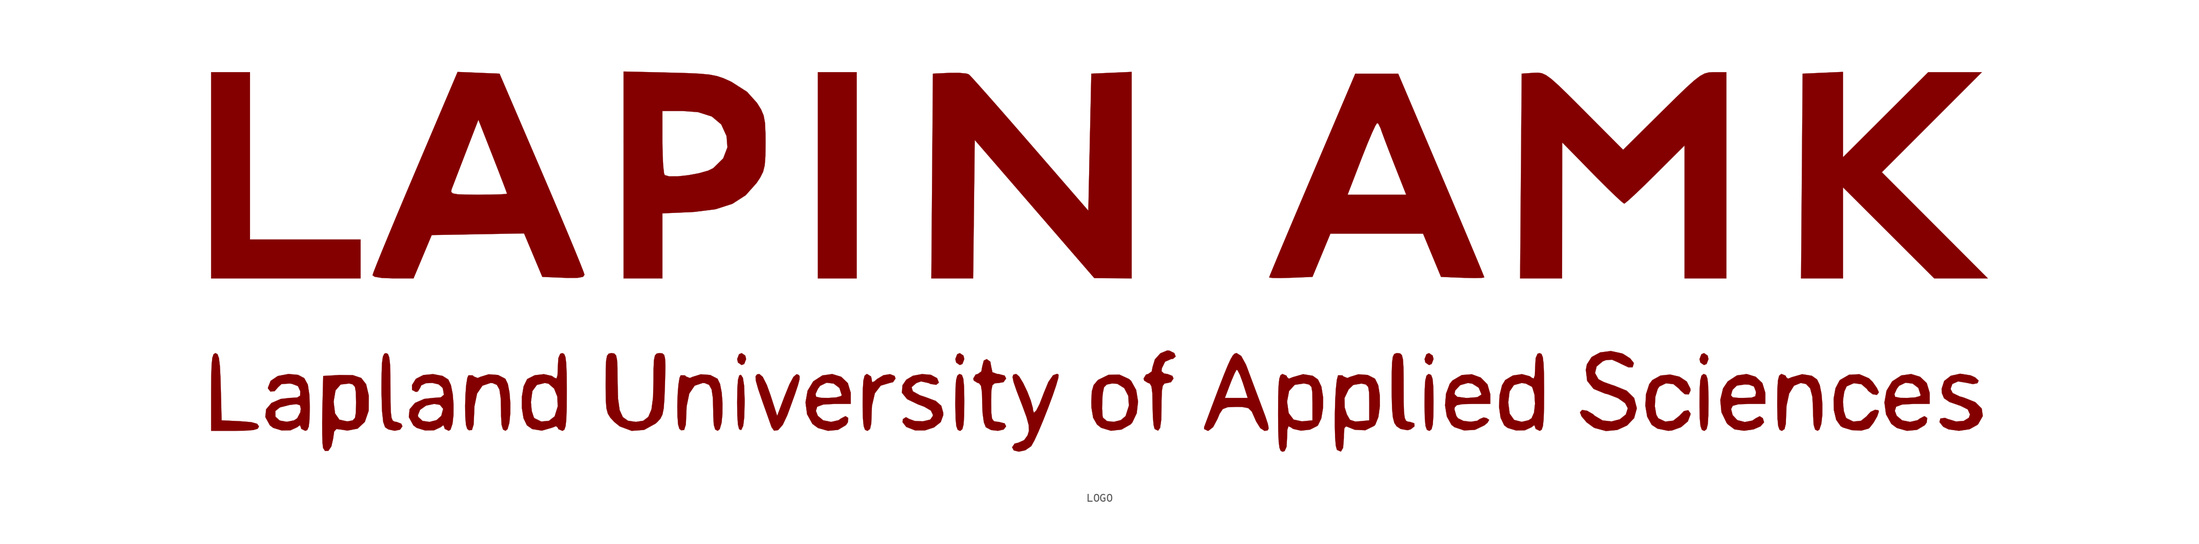
<source format=kicad_sym>
(kicad_symbol_lib
  (version 20220914)
  (generator "bitmap2component")
  (generator_version "8.0")
  (symbol "LOGO"
    (pin_names
      (offset 1.016))
    (property "Reference" "#G"
      (at 0 44.083 0)
      (effects (font (size 1.27 1.27)) hide))
    (symbol "LOGO_0_0"
      (polyline (pts (xy -99.374 -29.946) (xy -99.013 -29.422) (xy -98.806 -28.501) (xy -98.802 -28.46) (xy -98.678 -27.628) (xy -98.403 -27.334) (xy -97.822 -27.405) (xy -97.091 -27.519) (xy -95.868 -27.286) (xy -95.008 -26.481) (xy -94.552 -25.155) (xy -94.542 -23.359) (xy -94.558 -23.225) (xy -94.853 -21.971) (xy -95.439 -21.221) (xy -96.445 -20.883) (xy -98.002 -20.864) (xy -99.99 -20.979) (xy -100.069 -24.12) (xy -98.738 -24.12) (xy -98.737 -24.006) (xy -98.514 -22.707) (xy -97.897 -22.003) (xy -96.879 -21.884) (xy -96.468 -21.988) (xy -96.195 -22.287) (xy -96.079 -22.948) (xy -96.055 -24.148) (xy -96.076 -25.333) (xy -96.185 -25.993) (xy -96.454 -26.29) (xy -96.952 -26.399) (xy -97.133 -26.415) (xy -98.048 -26.215) (xy -98.571 -25.465) (xy -98.738 -24.12) (xy -100.069 -24.12) (xy -100.092 -25.046) (xy -100.115 -26.502) (xy -100.109 -27.977) (xy -100.07 -29.069) (xy -100.002 -29.611) (xy -99.768 -29.964) (xy -99.374 -29.946)) (stroke (width 0.01) (type default)) (fill (type outline)))
      (polyline (pts (xy -15.954 -29.875) (xy -15.266 -29.404) (xy -15.218 -29.344) (xy -14.859 -28.702) (xy -14.366 -27.629) (xy -13.801 -26.279) (xy -13.222 -24.809) (xy -12.689 -23.373) (xy -12.262 -22.127) (xy -12.002 -21.227) (xy -11.967 -20.827) (xy -12.128 -20.721) (xy -12.629 -20.894) (xy -13.185 -21.689) (xy -13.748 -23.048) (xy -13.786 -23.156) (xy -14.243 -24.339) (xy -14.64 -25.113) (xy -14.92 -25.389) (xy -15.025 -25.077) (xy -15.053 -24.801) (xy -15.298 -23.913) (xy -15.715 -22.849) (xy -16.207 -21.825) (xy -16.674 -21.054) (xy -17.019 -20.749) (xy -17.099 -20.751) (xy -17.384 -20.829) (xy -17.477 -21.108) (xy -17.357 -21.704) (xy -17.005 -22.732) (xy -16.4 -24.306) (xy -16.327 -24.491) (xy -15.806 -25.909) (xy -15.546 -26.866) (xy -15.513 -27.535) (xy -15.677 -28.085) (xy -16.094 -28.661) (xy -16.806 -28.977) (xy -17.23 -29.077) (xy -17.53 -29.514) (xy -17.333 -29.892) (xy -16.727 -30.042) (xy -15.954 -29.875)) (stroke (width 0.01) (type default)) (fill (type outline)))
      (polyline (pts (xy 15.097 -29.966) (xy 15.319 -29.456) (xy 15.383 -28.369) (xy 15.417 -27.415) (xy 15.549 -27.005) (xy 15.812 -27.117) (xy 16.097 -27.316) (xy 17.052 -27.529) (xy 18.139 -27.403) (xy 19.022 -26.954) (xy 19.075 -26.902) (xy 19.478 -26.073) (xy 19.683 -24.846) (xy 19.688 -23.484) (xy 19.489 -22.249) (xy 19.084 -21.404) (xy 18.448 -20.957) (xy 17.296 -20.771) (xy 16.075 -21.12) (xy 15.602 -21.307) (xy 15.383 -21.12) (xy 15.322 -20.949) (xy 14.847 -20.749) (xy 14.812 -20.751) (xy 14.599 -20.885) (xy 14.454 -21.311) (xy 14.366 -22.136) (xy 14.322 -23.463) (xy 14.318 -24.061) (xy 15.383 -24.061) (xy 15.383 -24.046) (xy 15.622 -22.783) (xy 16.3 -22.044) (xy 17.368 -21.881) (xy 17.491 -21.895) (xy 18.024 -22.009) (xy 18.301 -22.304) (xy 18.407 -22.957) (xy 18.424 -24.148) (xy 18.424 -26.294) (xy 17.285 -26.405) (xy 17.161 -26.414) (xy 16.163 -26.203) (xy 15.575 -25.426) (xy 15.383 -24.061) (xy 14.318 -24.061) (xy 14.31 -25.4) (xy 14.31 -25.696) (xy 14.326 -27.546) (xy 14.375 -28.8) (xy 14.47 -29.566) (xy 14.623 -29.947) (xy 14.847 -30.051) (xy 15.097 -29.966)) (stroke (width 0.01) (type default)) (fill (type outline)))
      (polyline (pts (xy 22.093 -29.574) (xy 22.18 -28.428) (xy 22.184 -27.94) (xy 22.247 -27.221) (xy 22.45 -27.014) (xy 22.872 -27.176) (xy 23.477 -27.421) (xy 24.742 -27.482) (xy 25.819 -26.954) (xy 25.949 -26.805) (xy 26.308 -25.907) (xy 26.488 -24.648) (xy 26.485 -23.288) (xy 26.294 -22.089) (xy 25.911 -21.311) (xy 25.038 -20.864) (xy 23.91 -20.782) (xy 22.905 -21.094) (xy 22.601 -21.228) (xy 22.14 -21.042) (xy 22.013 -20.91) (xy 21.505 -20.903) (xy 21.478 -20.93) (xy 21.337 -21.461) (xy 21.226 -22.504) (xy 21.161 -23.634) (xy 22.256 -23.634) (xy 22.752 -22.597) (xy 23.305 -22.058) (xy 24.272 -21.892) (xy 24.309 -21.896) (xy 24.82 -22.006) (xy 25.093 -22.3) (xy 25.201 -22.955) (xy 25.221 -24.148) (xy 25.221 -26.294) (xy 24.058 -26.406) (xy 23.531 -26.432) (xy 22.915 -26.232) (xy 22.538 -25.578) (xy 22.28 -24.75) (xy 22.256 -23.634) (xy 21.161 -23.634) (xy 21.146 -23.886) (xy 21.103 -25.433) (xy 21.098 -26.973) (xy 21.134 -28.332) (xy 21.216 -29.336) (xy 21.346 -29.812) (xy 21.371 -29.837) (xy 21.826 -30.039) (xy 22.093 -29.574)) (stroke (width 0.01) (type default)) (fill (type outline)))
      (polyline (pts (xy -109.386 -27.532) (xy -108.358 -27.456) (xy -107.83 -27.295) (xy -107.682 -27.027) (xy -107.682 -27.012) (xy -107.902 -26.703) (xy -108.61 -26.51) (xy -109.918 -26.401) (xy -112.153 -26.294) (xy -112.255 -22.27) (xy -112.287 -21.177) (xy -112.363 -19.732) (xy -112.476 -18.834) (xy -112.643 -18.374) (xy -112.881 -18.245) (xy -112.895 -18.245) (xy -113.11 -18.37) (xy -113.257 -18.794) (xy -113.347 -19.62) (xy -113.393 -20.952) (xy -113.406 -22.896) (xy -113.406 -27.546) (xy -110.544 -27.546) (xy -109.386 -27.532)) (stroke (width 0.01) (type default)) (fill (type outline)))
      (polyline (pts (xy -101.903 -27.46) (xy -101.719 -27.045) (xy -101.626 -26.171) (xy -101.6 -24.71) (xy -101.637 -23.302) (xy -101.833 -22.015) (xy -102.262 -21.237) (xy -102.995 -20.852) (xy -104.104 -20.749) (xy -104.177 -20.75) (xy -105.419 -20.983) (xy -106.284 -21.563) (xy -106.608 -22.385) (xy -106.601 -22.484) (xy -106.307 -22.853) (xy -105.803 -22.8) (xy -105.397 -22.336) (xy -104.987 -21.951) (xy -104.017 -21.889) (xy -103.732 -21.924) (xy -103.011 -22.2) (xy -102.738 -22.806) (xy -102.736 -22.818) (xy -102.75 -23.337) (xy -103.11 -23.562) (xy -104 -23.611) (xy -105.062 -23.727) (xy -106.182 -24.212) (xy -106.827 -24.974) (xy -106.847 -25.18) (xy -105.719 -25.18) (xy -105.169 -24.743) (xy -103.984 -24.446) (xy -103.197 -24.356) (xy -102.772 -24.482) (xy -102.673 -24.924) (xy -102.733 -25.335) (xy -103.103 -26.044) (xy -103.485 -26.296) (xy -104.346 -26.467) (xy -105.186 -26.32) (xy -105.688 -25.877) (xy -105.708 -25.82) (xy -105.719 -25.18) (xy -106.847 -25.18) (xy -106.918 -25.904) (xy -106.374 -26.892) (xy -105.969 -27.199) (xy -104.969 -27.503) (xy -103.9 -27.484) (xy -103.103 -27.117) (xy -102.779 -26.868) (xy -102.673 -27.117) (xy -102.612 -27.316) (xy -102.137 -27.546) (xy -101.903 -27.46)) (stroke (width 0.01) (type default)) (fill (type outline)))
      (polyline (pts (xy -90.794 -27.414) (xy -90.51 -27.01) (xy -90.643 -26.697) (xy -91.225 -26.473) (xy -91.4 -26.464) (xy -91.651 -26.348) (xy -91.809 -26) (xy -91.896 -25.3) (xy -91.933 -24.127) (xy -91.941 -22.359) (xy -91.949 -20.895) (xy -91.992 -19.568) (xy -92.085 -18.759) (xy -92.242 -18.355) (xy -92.477 -18.245) (xy -92.681 -18.322) (xy -92.848 -18.671) (xy -92.95 -19.405) (xy -93 -20.633) (xy -93.014 -22.466) (xy -93.011 -23.154) (xy -92.949 -25.178) (xy -92.806 -26.501) (xy -92.585 -27.117) (xy -92.203 -27.375) (xy -91.455 -27.54) (xy -90.794 -27.414)) (stroke (width 0.01) (type default)) (fill (type outline)))
      (polyline (pts (xy -84.746 -27.397) (xy -84.515 -26.711) (xy -84.397 -25.642) (xy -84.39 -24.384) (xy -84.493 -23.129) (xy -84.704 -22.071) (xy -85.02 -21.404) (xy -85.705 -20.975) (xy -86.837 -20.759) (xy -88.004 -20.869) (xy -88.874 -21.311) (xy -88.925 -21.364) (xy -89.365 -22.073) (xy -89.358 -22.655) (xy -88.9 -22.896) (xy -88.65 -22.833) (xy -88.363 -22.359) (xy -88.265 -22.114) (xy -87.714 -21.853) (xy -86.92 -21.814) (xy -86.162 -21.993) (xy -85.719 -22.388) (xy -85.657 -22.554) (xy -85.542 -23.225) (xy -85.902 -23.535) (xy -86.853 -23.611) (xy -87.892 -23.724) (xy -89.009 -24.209) (xy -89.653 -24.973) (xy -89.722 -25.676) (xy -88.655 -25.676) (xy -88.393 -25.034) (xy -87.678 -24.53) (xy -86.706 -24.327) (xy -86.034 -24.434) (xy -85.635 -24.915) (xy -85.855 -25.75) (xy -86.422 -26.265) (xy -87.273 -26.482) (xy -88.102 -26.36) (xy -88.612 -25.885) (xy -88.655 -25.676) (xy -89.722 -25.676) (xy -89.744 -25.904) (xy -89.202 -26.892) (xy -88.797 -27.199) (xy -87.797 -27.503) (xy -86.728 -27.484) (xy -85.931 -27.117) (xy -85.607 -26.868) (xy -85.501 -27.117) (xy -85.44 -27.316) (xy -84.965 -27.546) (xy -84.746 -27.397)) (stroke (width 0.01) (type default)) (fill (type outline)))
      (polyline (pts (xy -77.924 -27.341) (xy -77.709 -26.597) (xy -77.6 -25.491) (xy -77.594 -24.216) (xy -77.692 -22.966) (xy -77.892 -21.933) (xy -78.193 -21.311) (xy -79.066 -20.864) (xy -80.194 -20.782) (xy -81.199 -21.094) (xy -81.503 -21.228) (xy -81.964 -21.042) (xy -82.091 -20.91) (xy -82.599 -20.903) (xy -82.735 -21.191) (xy -82.873 -22.041) (xy -82.964 -23.235) (xy -83.003 -24.568) (xy -82.986 -25.83) (xy -82.906 -26.812) (xy -82.759 -27.308) (xy -82.544 -27.484) (xy -82.187 -27.453) (xy -81.987 -26.798) (xy -81.924 -25.48) (xy -81.891 -24.626) (xy -81.572 -23.088) (xy -80.928 -22.144) (xy -79.974 -21.823) (xy -79.717 -21.837) (xy -79.207 -22.047) (xy -78.897 -22.605) (xy -78.745 -23.632) (xy -78.704 -25.25) (xy -78.701 -25.735) (xy -78.638 -26.831) (xy -78.47 -27.39) (xy -78.168 -27.546) (xy -77.924 -27.341)) (stroke (width 0.01) (type default)) (fill (type outline)))
      (polyline (pts (xy -71.336 -27.545) (xy -71.123 -27.41) (xy -70.978 -26.984) (xy -70.89 -26.16) (xy -70.846 -24.833) (xy -70.834 -22.896) (xy -70.834 -22.6) (xy -70.85 -20.75) (xy -70.899 -19.495) (xy -70.994 -18.73) (xy -71.147 -18.349) (xy -71.37 -18.245) (xy -71.621 -18.329) (xy -71.842 -18.84) (xy -71.907 -19.926) (xy -71.941 -20.881) (xy -72.073 -21.291) (xy -72.336 -21.179) (xy -72.621 -20.979) (xy -73.575 -20.766) (xy -74.663 -20.893) (xy -75.546 -21.341) (xy -75.599 -21.394) (xy -76.002 -22.223) (xy -76.207 -23.449) (xy -76.209 -24.148) (xy -75.127 -24.148) (xy -75.127 -24.102) (xy -74.951 -22.791) (xy -74.411 -22.053) (xy -73.458 -21.823) (xy -73.026 -21.907) (xy -72.353 -22.491) (xy -71.964 -23.464) (xy -71.919 -24.627) (xy -72.277 -25.781) (xy -72.308 -25.835) (xy -72.983 -26.355) (xy -73.892 -26.436) (xy -74.697 -26.044) (xy -74.782 -25.931) (xy -75.028 -25.181) (xy -75.127 -24.148) (xy -76.209 -24.148) (xy -76.212 -24.812) (xy -76.013 -26.047) (xy -75.608 -26.892) (xy -74.972 -27.339) (xy -73.82 -27.525) (xy -72.599 -27.176) (xy -72.126 -26.988) (xy -71.907 -27.176) (xy -71.846 -27.347) (xy -71.37 -27.546) (xy -71.336 -27.545)) (stroke (width 0.01) (type default)) (fill (type outline)))
      (polyline (pts (xy -61.584 -27.439) (xy -60.211 -26.684) (xy -60.018 -26.515) (xy -59.633 -26.103) (xy -59.385 -25.607) (xy -59.236 -24.868) (xy -59.149 -23.729) (xy -59.085 -22.033) (xy -59.061 -21.249) (xy -59.032 -19.831) (xy -59.062 -18.947) (xy -59.171 -18.473) (xy -59.38 -18.281) (xy -59.711 -18.245) (xy -59.746 -18.245) (xy -60.079 -18.299) (xy -60.288 -18.54) (xy -60.402 -19.099) (xy -60.45 -20.11) (xy -60.459 -21.705) (xy -60.509 -23.573) (xy -60.7 -24.986) (xy -61.075 -25.876) (xy -61.676 -26.34) (xy -62.544 -26.473) (xy -62.61 -26.473) (xy -63.508 -26.342) (xy -64.124 -25.908) (xy -64.504 -25.068) (xy -64.698 -23.722) (xy -64.752 -21.767) (xy -64.752 -21.664) (xy -64.764 -20.085) (xy -64.814 -19.084) (xy -64.931 -18.531) (xy -65.14 -18.295) (xy -65.468 -18.245) (xy -65.514 -18.245) (xy -65.823 -18.31) (xy -66.019 -18.573) (xy -66.127 -19.165) (xy -66.173 -20.214) (xy -66.183 -21.85) (xy -66.183 -22.456) (xy -66.163 -23.906) (xy -66.087 -24.866) (xy -65.916 -25.505) (xy -65.612 -25.994) (xy -65.137 -26.501) (xy -64.489 -27.023) (xy -63.071 -27.55) (xy -61.584 -27.439)) (stroke (width 0.01) (type default)) (fill (type outline)))
      (polyline (pts (xy -52.523 -27.341) (xy -52.309 -26.597) (xy -52.2 -25.491) (xy -52.194 -24.216) (xy -52.292 -22.966) (xy -52.492 -21.933) (xy -52.793 -21.311) (xy -53.666 -20.864) (xy -54.794 -20.782) (xy -55.799 -21.094) (xy -56.103 -21.228) (xy -56.564 -21.042) (xy -56.691 -20.91) (xy -57.199 -20.903) (xy -57.335 -21.191) (xy -57.473 -22.041) (xy -57.564 -23.235) (xy -57.603 -24.568) (xy -57.586 -25.83) (xy -57.506 -26.812) (xy -57.359 -27.308) (xy -57.144 -27.484) (xy -56.787 -27.453) (xy -56.587 -26.798) (xy -56.524 -25.48) (xy -56.491 -24.626) (xy -56.172 -23.088) (xy -55.528 -22.144) (xy -54.574 -21.823) (xy -54.317 -21.837) (xy -53.806 -22.047) (xy -53.497 -22.605) (xy -53.345 -23.632) (xy -53.304 -25.25) (xy -53.301 -25.735) (xy -53.238 -26.831) (xy -53.07 -27.39) (xy -52.768 -27.546) (xy -52.523 -27.341)) (stroke (width 0.01) (type default)) (fill (type outline)))
      (polyline (pts (xy -49.938 -27.427) (xy -49.716 -26.946) (xy -49.589 -25.873) (xy -49.548 -24.148) (xy -49.55 -23.744) (xy -49.607 -22.155) (xy -49.753 -21.207) (xy -49.995 -20.839) (xy -50.191 -20.916) (xy -50.339 -21.427) (xy -50.418 -22.475) (xy -50.442 -24.148) (xy -50.424 -25.657) (xy -50.351 -26.774) (xy -50.212 -27.345) (xy -49.995 -27.457) (xy -49.938 -27.427)) (stroke (width 0.01) (type default)) (fill (type outline)))
      (polyline (pts (xy -45.538 -27.466) (xy -44.98 -26.826) (xy -44.433 -25.668) (xy -44.078 -24.703) (xy -43.515 -23.142) (xy -43.161 -22.086) (xy -42.986 -21.428) (xy -42.958 -21.06) (xy -43.046 -20.872) (xy -43.32 -20.764) (xy -43.708 -21.095) (xy -44.19 -21.994) (xy -44.81 -23.524) (xy -45.65 -25.76) (xy -46.457 -23.254) (xy -46.892 -22.051) (xy -47.379 -21.088) (xy -47.78 -20.749) (xy -48.064 -20.791) (xy -48.242 -21.03) (xy -48.198 -21.584) (xy -47.919 -22.57) (xy -47.391 -24.105) (xy -47.329 -24.28) (xy -46.877 -25.553) (xy -46.52 -26.561) (xy -46.329 -27.099) (xy -46.027 -27.532) (xy -45.538 -27.466)) (stroke (width 0.01) (type default)) (fill (type outline)))
      (polyline (pts (xy -38.364 -27.434) (xy -37.417 -26.866) (xy -37.193 -26.539) (xy -37.144 -26.008) (xy -37.472 -25.786) (xy -38.024 -26.075) (xy -38.298 -26.276) (xy -39.202 -26.48) (xy -40.146 -26.291) (xy -40.787 -25.75) (xy -41.014 -25.161) (xy -40.859 -24.664) (xy -40.143 -24.403) (xy -38.794 -24.327) (xy -36.848 -24.327) (xy -36.848 -23.095) (xy -36.851 -22.971) (xy -37.194 -21.836) (xy -37.99 -21.077) (xy -39.062 -20.751) (xy -40.236 -20.915) (xy -41.336 -21.627) (xy -42.009 -22.74) (xy -42.083 -23.156) (xy -41.065 -23.156) (xy -40.77 -22.515) (xy -40.505 -22.159) (xy -39.734 -21.789) (xy -38.887 -21.896) (xy -38.203 -22.416) (xy -37.921 -23.283) (xy -37.995 -23.381) (xy -38.571 -23.546) (xy -39.531 -23.611) (xy -40.382 -23.597) (xy -40.975 -23.481) (xy -41.065 -23.156) (xy -42.083 -23.156) (xy -42.26 -24.153) (xy -42.071 -25.573) (xy -41.436 -26.718) (xy -40.763 -27.214) (xy -39.573 -27.547) (xy -38.364 -27.434)) (stroke (width 0.01) (type default)) (fill (type outline)))
      (polyline (pts (xy -34.816 -27.542) (xy -34.531 -27.316) (xy -34.385 -26.646) (xy -34.344 -25.4) (xy -34.308 -24.569) (xy -33.96 -23.059) (xy -33.252 -22.135) (xy -32.197 -21.823) (xy -31.78 -21.723) (xy -31.482 -21.286) (xy -31.599 -20.974) (xy -32.147 -20.765) (xy -32.925 -20.89) (xy -33.689 -21.341) (xy -34.017 -21.627) (xy -34.292 -21.734) (xy -34.344 -21.341) (xy -34.419 -21.04) (xy -34.88 -20.749) (xy -34.958 -20.757) (xy -35.187 -20.952) (xy -35.327 -21.503) (xy -35.398 -22.528) (xy -35.417 -24.148) (xy -35.416 -24.641) (xy -35.385 -26.092) (xy -35.298 -26.98) (xy -35.136 -27.425) (xy -34.88 -27.546) (xy -34.816 -27.542)) (stroke (width 0.01) (type default)) (fill (type outline)))
      (polyline (pts (xy -27.962 -27.495) (xy -26.874 -27.14) (xy -26.072 -26.503) (xy -25.763 -25.648) (xy -25.773 -25.387) (xy -26.009 -24.55) (xy -26.67 -23.972) (xy -27.9 -23.51) (xy -28.57 -23.288) (xy -29.415 -22.816) (xy -29.561 -22.327) (xy -28.999 -21.834) (xy -28.439 -21.633) (xy -27.539 -21.826) (xy -27.292 -21.941) (xy -26.616 -22.042) (xy -26.296 -21.782) (xy -26.5 -21.254) (xy -26.505 -21.248) (xy -27.245 -20.847) (xy -28.313 -20.755) (xy -29.402 -20.956) (xy -30.203 -21.435) (xy -30.655 -22.1) (xy -30.722 -22.989) (xy -30.099 -23.759) (xy -28.799 -24.383) (xy -28.062 -24.656) (xy -27.256 -25.125) (xy -27.01 -25.635) (xy -27.017 -25.755) (xy -27.327 -26.203) (xy -28.196 -26.408) (xy -28.23 -26.411) (xy -29.191 -26.369) (xy -29.863 -26.122) (xy -30.233 -25.912) (xy -30.61 -26.152) (xy -30.643 -26.515) (xy -30.216 -27.064) (xy -30.177 -27.091) (xy -29.133 -27.5) (xy -27.962 -27.495)) (stroke (width 0.01) (type default)) (fill (type outline)))
      (polyline (pts (xy -23.712 -27.539) (xy -23.483 -27.343) (xy -23.343 -26.793) (xy -23.273 -25.768) (xy -23.253 -24.148) (xy -23.255 -23.655) (xy -23.285 -22.204) (xy -23.372 -21.316) (xy -23.534 -20.871) (xy -23.79 -20.749) (xy -23.868 -20.757) (xy -24.097 -20.952) (xy -24.237 -21.503) (xy -24.308 -22.528) (xy -24.327 -24.148) (xy -24.326 -24.641) (xy -24.295 -26.092) (xy -24.208 -26.98) (xy -24.046 -27.425) (xy -23.79 -27.546) (xy -23.712 -27.539)) (stroke (width 0.01) (type default)) (fill (type outline)))
      (polyline (pts (xy -18.539 -27.393) (xy -18.245 -27.01) (xy -18.42 -26.66) (xy -19.139 -26.473) (xy -19.285 -26.472) (xy -19.706 -26.398) (xy -19.93 -26.094) (xy -20.018 -25.398) (xy -20.034 -24.148) (xy -20.033 -23.768) (xy -20.005 -22.674) (xy -19.888 -22.093) (xy -19.62 -21.863) (xy -19.139 -21.823) (xy -18.556 -21.718) (xy -18.245 -21.286) (xy -18.42 -20.936) (xy -19.139 -20.749) (xy -19.304 -20.745) (xy -19.886 -20.536) (xy -20.034 -19.855) (xy -20.139 -19.271) (xy -20.57 -18.96) (xy -20.92 -19.136) (xy -21.107 -19.855) (xy -21.212 -20.438) (xy -21.644 -20.749) (xy -21.894 -20.812) (xy -22.18 -21.286) (xy -22.118 -21.536) (xy -21.644 -21.823) (xy -21.493 -21.851) (xy -21.259 -22.16) (xy -21.14 -22.917) (xy -21.107 -24.255) (xy -21.064 -25.419) (xy -20.912 -26.527) (xy -20.678 -27.117) (xy -20.041 -27.456) (xy -19.231 -27.546) (xy -18.539 -27.393)) (stroke (width 0.01) (type default)) (fill (type outline)))
      (polyline (pts (xy -4.434 -27.398) (xy -3.332 -26.769) (xy -3.146 -26.566) (xy -2.611 -25.437) (xy -2.454 -24.044) (xy -2.677 -22.665) (xy -3.282 -21.577) (xy -3.524 -21.353) (xy -4.683 -20.82) (xy -5.992 -20.844) (xy -7.205 -21.433) (xy -7.307 -21.519) (xy -7.772 -22.075) (xy -7.993 -22.845) (xy -8.049 -24.079) (xy -8.03 -24.79) (xy -8.016 -24.873) (xy -6.758 -24.873) (xy -6.729 -23.745) (xy -6.678 -23.072) (xy -6.53 -22.34) (xy -6.2 -22.01) (xy -5.563 -21.881) (xy -4.931 -21.923) (xy -4.11 -22.437) (xy -3.627 -23.363) (xy -3.55 -24.533) (xy -3.948 -25.781) (xy -3.949 -25.784) (xy -4.515 -26.264) (xy -5.355 -26.472) (xy -6.167 -26.385) (xy -6.651 -25.981) (xy -6.704 -25.742) (xy -6.758 -24.873) (xy -8.016 -24.873) (xy -7.829 -25.99) (xy -7.368 -26.793) (xy -6.869 -27.192) (xy -5.703 -27.54) (xy -4.434 -27.398)) (stroke (width 0.01) (type default)) (fill (type outline)))
      (polyline (pts (xy 0.188 -27.188) (xy 0.319 -26.26) (xy 0.358 -24.684) (xy 0.36 -23.93) (xy 0.396 -22.792) (xy 0.503 -22.157) (xy 0.717 -21.882) (xy 1.073 -21.823) (xy 1.49 -21.723) (xy 1.789 -21.286) (xy 1.656 -20.973) (xy 1.073 -20.749) (xy 0.658 -20.688) (xy 0.358 -20.421) (xy 0.388 -20.076) (xy 0.779 -19.274) (xy 1.499 -18.96) (xy 1.73 -18.936) (xy 2.05 -18.651) (xy 1.885 -18.24) (xy 1.285 -17.945) (xy 1.028 -17.932) (xy 0.214 -18.269) (xy -0.444 -19.005) (xy -0.716 -19.91) (xy -0.819 -20.441) (xy -1.252 -20.749) (xy -1.502 -20.812) (xy -1.789 -21.286) (xy -1.726 -21.536) (xy -1.252 -21.823) (xy -1.058 -21.875) (xy -0.85 -22.235) (xy -0.745 -23.049) (xy -0.716 -24.446) (xy -0.715 -24.605) (xy -0.678 -25.89) (xy -0.593 -26.857) (xy -0.477 -27.308) (xy -0.429 -27.355) (xy -0.054 -27.531) (xy 0.188 -27.188)) (stroke (width 0.01) (type default)) (fill (type outline)))
      (polyline (pts (xy 12.752 -27.546) (xy 13.061 -27.493) (xy 13.18 -27.268) (xy 13.092 -26.746) (xy 12.78 -25.804) (xy 12.226 -24.319) (xy 12.202 -24.253) (xy 11.613 -22.69) (xy 11.034 -21.145) (xy 10.587 -19.944) (xy 10.457 -19.613) (xy 9.899 -18.595) (xy 9.356 -18.245) (xy 9.284 -18.248) (xy 9.092 -18.317) (xy 8.884 -18.533) (xy 8.627 -18.969) (xy 8.288 -19.702) (xy 7.835 -20.807) (xy 7.234 -22.358) (xy 6.761 -23.611) (xy 7.94 -23.611) (xy 8.544 -22.018) (xy 8.743 -21.509) (xy 9.109 -20.657) (xy 9.338 -20.236) (xy 9.458 -20.305) (xy 9.748 -20.87) (xy 10.097 -21.829) (xy 10.667 -23.611) (xy 9.303 -23.611) (xy 7.94 -23.611) (xy 6.761 -23.611) (xy 6.452 -24.43) (xy 5.456 -27.099) (xy 5.462 -27.341) (xy 5.893 -27.546) (xy 5.975 -27.538) (xy 6.529 -27.107) (xy 7.059 -26.116) (xy 7.306 -25.517) (xy 7.686 -24.945) (xy 8.265 -24.722) (xy 9.301 -24.684) (xy 10.008 -24.695) (xy 10.732 -24.827) (xy 11.158 -25.246) (xy 11.544 -26.116) (xy 11.67 -26.41) (xy 12.181 -27.231) (xy 12.671 -27.546) (xy 12.752 -27.546)) (stroke (width 0.01) (type default)) (fill (type outline)))
      (polyline (pts (xy 30.181 -27.372) (xy 30.627 -27.018) (xy 30.614 -26.646) (xy 30.081 -26.473) (xy 29.873 -26.462) (xy 29.621 -26.344) (xy 29.463 -25.996) (xy 29.377 -25.297) (xy 29.342 -24.125) (xy 29.335 -22.359) (xy 29.334 -21.353) (xy 29.313 -19.912) (xy 29.253 -19.001) (xy 29.131 -18.5) (xy 28.927 -18.289) (xy 28.62 -18.245) (xy 28.45 -18.254) (xy 28.197 -18.367) (xy 28.037 -18.711) (xy 27.949 -19.405) (xy 27.912 -20.572) (xy 27.904 -22.334) (xy 27.908 -23.316) (xy 27.95 -24.889) (xy 28.049 -25.942) (xy 28.222 -26.603) (xy 28.485 -27.003) (xy 28.97 -27.325) (xy 29.799 -27.476) (xy 30.181 -27.372)) (stroke (width 0.01) (type default)) (fill (type outline)))
      (polyline (pts (xy 32.454 -27.539) (xy 32.683 -27.343) (xy 32.823 -26.793) (xy 32.894 -25.768) (xy 32.913 -24.148) (xy 32.911 -23.655) (xy 32.881 -22.204) (xy 32.794 -21.316) (xy 32.632 -20.871) (xy 32.376 -20.749) (xy 32.298 -20.757) (xy 32.069 -20.952) (xy 31.929 -21.503) (xy 31.859 -22.528) (xy 31.84 -24.148) (xy 31.841 -24.641) (xy 31.872 -26.092) (xy 31.958 -26.98) (xy 32.12 -27.425) (xy 32.376 -27.546) (xy 32.454 -27.539)) (stroke (width 0.01) (type default)) (fill (type outline)))
      (polyline (pts (xy 37.873 -27.43) (xy 39.01 -26.89) (xy 39.386 -26.566) (xy 39.574 -26.232) (xy 39.24 -26.012) (xy 38.911 -25.946) (xy 38.448 -26.131) (xy 38.163 -26.338) (xy 37.385 -26.463) (xy 36.498 -26.361) (xy 35.846 -26.044) (xy 35.643 -25.764) (xy 35.417 -24.971) (xy 35.445 -24.743) (xy 35.701 -24.48) (xy 36.354 -24.357) (xy 37.563 -24.327) (xy 39.71 -24.327) (xy 39.71 -23.253) (xy 39.708 -23.164) (xy 39.371 -21.992) (xy 38.569 -21.173) (xy 37.481 -20.777) (xy 36.289 -20.872) (xy 35.172 -21.527) (xy 34.851 -21.928) (xy 34.409 -23.108) (xy 34.406 -23.146) (xy 35.417 -23.146) (xy 35.512 -22.72) (xy 36.105 -22.081) (xy 37.027 -21.823) (xy 37.545 -21.901) (xy 38.322 -22.388) (xy 38.637 -23.146) (xy 38.624 -23.226) (xy 38.163 -23.516) (xy 37.027 -23.611) (xy 36.749 -23.608) (xy 35.747 -23.474) (xy 35.417 -23.146) (xy 34.406 -23.146) (xy 34.292 -24.506) (xy 34.507 -25.841) (xy 35.059 -26.831) (xy 35.413 -27.11) (xy 36.574 -27.502) (xy 37.873 -27.43)) (stroke (width 0.01) (type default)) (fill (type outline)))
      (polyline (pts (xy 45.647 -27.545) (xy 45.86 -27.41) (xy 46.005 -26.984) (xy 46.093 -26.16) (xy 46.137 -24.833) (xy 46.149 -22.896) (xy 46.149 -22.6) (xy 46.134 -20.75) (xy 46.084 -19.495) (xy 45.989 -18.73) (xy 45.836 -18.349) (xy 45.613 -18.245) (xy 45.362 -18.329) (xy 45.141 -18.84) (xy 45.076 -19.926) (xy 45.042 -20.881) (xy 44.91 -21.291) (xy 44.647 -21.179) (xy 44.429 -21.01) (xy 43.491 -20.765) (xy 42.409 -20.926) (xy 41.499 -21.465) (xy 41.115 -22.091) (xy 40.816 -23.302) (xy 40.779 -24.148) (xy 41.856 -24.148) (xy 42.016 -22.843) (xy 42.54 -22.069) (xy 43.466 -21.823) (xy 43.949 -21.893) (xy 44.647 -22.252) (xy 44.752 -22.393) (xy 44.998 -23.215) (xy 45.062 -24.312) (xy 44.945 -25.363) (xy 44.647 -26.044) (xy 44.287 -26.279) (xy 43.466 -26.473) (xy 42.563 -26.243) (xy 42.027 -25.486) (xy 41.856 -24.148) (xy 40.779 -24.148) (xy 40.755 -24.693) (xy 40.94 -25.984) (xy 41.375 -26.892) (xy 41.781 -27.199) (xy 42.78 -27.503) (xy 43.849 -27.484) (xy 44.647 -27.117) (xy 44.971 -26.868) (xy 45.076 -27.117) (xy 45.137 -27.316) (xy 45.613 -27.546) (xy 45.647 -27.545)) (stroke (width 0.01) (type default)) (fill (type outline)))
      (polyline (pts (xy 54.91 -27.444) (xy 56.089 -26.905) (xy 56.923 -26.03) (xy 57.239 -24.893) (xy 57.238 -24.807) (xy 56.93 -23.622) (xy 56.037 -22.746) (xy 54.509 -22.126) (xy 54.272 -22.058) (xy 53.3 -21.71) (xy 52.678 -21.384) (xy 52.649 -21.36) (xy 52.247 -20.634) (xy 52.436 -19.848) (xy 53.163 -19.236) (xy 53.537 -19.087) (xy 54.278 -19.034) (xy 55.159 -19.423) (xy 55.314 -19.51) (xy 56.249 -19.951) (xy 56.74 -19.943) (xy 56.882 -19.491) (xy 56.863 -19.39) (xy 56.443 -18.869) (xy 55.642 -18.358) (xy 55.462 -18.278) (xy 54.138 -17.995) (xy 52.861 -18.16) (xy 51.835 -18.714) (xy 51.266 -19.6) (xy 51.144 -20.251) (xy 51.303 -21.571) (xy 52.074 -22.532) (xy 53.431 -23.089) (xy 53.804 -23.179) (xy 54.994 -23.64) (xy 55.843 -24.235) (xy 56.166 -24.846) (xy 55.932 -25.586) (xy 55.212 -26.169) (xy 54.215 -26.425) (xy 53.15 -26.304) (xy 52.231 -25.758) (xy 51.996 -25.548) (xy 51.285 -25.139) (xy 50.691 -25.048) (xy 50.442 -25.332) (xy 50.628 -25.818) (xy 51.238 -26.532) (xy 52.052 -27.133) (xy 52.208 -27.214) (xy 53.558 -27.572) (xy 54.91 -27.444)) (stroke (width 0.01) (type default)) (fill (type outline)))
      (polyline (pts (xy 61.442 -27.51) (xy 62.539 -27.116) (xy 63.358 -26.419) (xy 63.679 -25.579) (xy 63.671 -25.457) (xy 63.397 -25.077) (xy 62.88 -25.186) (xy 62.331 -25.758) (xy 61.606 -26.332) (xy 60.652 -26.441) (xy 59.815 -26.044) (xy 59.574 -25.612) (xy 59.406 -24.616) (xy 59.465 -23.476) (xy 59.756 -22.515) (xy 59.969 -22.23) (xy 60.745 -21.86) (xy 61.632 -21.963) (xy 62.331 -22.538) (xy 62.422 -22.673) (xy 62.981 -23.163) (xy 63.469 -23.188) (xy 63.679 -22.717) (xy 63.662 -22.498) (xy 63.228 -21.649) (xy 62.353 -21.069) (xy 61.238 -20.81) (xy 60.085 -20.929) (xy 59.096 -21.479) (xy 58.733 -21.966) (xy 58.349 -23.155) (xy 58.268 -24.549) (xy 58.493 -25.868) (xy 59.028 -26.831) (xy 59.722 -27.289) (xy 60.996 -27.546) (xy 61.442 -27.51)) (stroke (width 0.01) (type default)) (fill (type outline)))
      (polyline (pts (xy 65.367 -27.539) (xy 65.596 -27.343) (xy 65.736 -26.793) (xy 65.806 -25.768) (xy 65.825 -24.148) (xy 65.824 -23.655) (xy 65.793 -22.204) (xy 65.706 -21.316) (xy 65.545 -20.871) (xy 65.289 -20.749) (xy 65.211 -20.757) (xy 64.982 -20.952) (xy 64.842 -21.503) (xy 64.771 -22.528) (xy 64.752 -24.148) (xy 64.753 -24.641) (xy 64.784 -26.092) (xy 64.871 -26.98) (xy 65.033 -27.425) (xy 65.289 -27.546) (xy 65.367 -27.539)) (stroke (width 0.01) (type default)) (fill (type outline)))
      (polyline (pts (xy 70.09 -27.535) (xy 71.207 -27.379) (xy 72.051 -27.015) (xy 72.476 -26.538) (xy 72.335 -26.043) (xy 71.965 -25.799) (xy 71.478 -26.044) (xy 71.082 -26.318) (xy 70.165 -26.494) (xy 69.275 -26.264) (xy 68.718 -25.668) (xy 68.713 -25.656) (xy 68.533 -24.957) (xy 68.724 -24.555) (xy 69.401 -24.371) (xy 70.676 -24.327) (xy 72.623 -24.327) (xy 72.623 -23.095) (xy 72.62 -22.971) (xy 72.276 -21.836) (xy 71.48 -21.077) (xy 70.408 -20.751) (xy 69.234 -20.915) (xy 68.135 -21.627) (xy 67.567 -22.471) (xy 67.37 -23.298) (xy 68.522 -23.298) (xy 68.65 -22.806) (xy 68.734 -22.611) (xy 69.225 -22.133) (xy 70.159 -22.001) (xy 70.671 -22.023) (xy 71.263 -22.242) (xy 71.485 -22.806) (xy 71.509 -23.02) (xy 71.421 -23.411) (xy 70.968 -23.577) (xy 69.976 -23.611) (xy 69.406 -23.607) (xy 68.722 -23.534) (xy 68.522 -23.298) (xy 67.37 -23.298) (xy 67.237 -23.859) (xy 67.378 -25.325) (xy 67.998 -26.604) (xy 68.132 -26.767) (xy 68.94 -27.375) (xy 70.055 -27.535) (xy 70.09 -27.535)) (stroke (width 0.01) (type default)) (fill (type outline)))
      (polyline (pts (xy 79.102 -27.397) (xy 79.333 -26.711) (xy 79.451 -25.642) (xy 79.458 -24.384) (xy 79.355 -23.129) (xy 79.144 -22.071) (xy 78.828 -21.404) (xy 78.192 -20.957) (xy 77.04 -20.771) (xy 75.819 -21.12) (xy 75.346 -21.307) (xy 75.127 -21.12) (xy 75.066 -20.949) (xy 74.59 -20.749) (xy 74.512 -20.757) (xy 74.283 -20.952) (xy 74.143 -21.503) (xy 74.073 -22.528) (xy 74.053 -24.148) (xy 74.055 -24.641) (xy 74.086 -26.092) (xy 74.172 -26.98) (xy 74.334 -27.425) (xy 74.59 -27.546) (xy 74.625 -27.545) (xy 74.927 -27.343) (xy 75.083 -26.7) (xy 75.127 -25.48) (xy 75.17 -24.55) (xy 75.481 -23.091) (xy 76.059 -22.154) (xy 76.864 -21.823) (xy 77.492 -21.943) (xy 77.996 -22.464) (xy 78.266 -23.488) (xy 78.347 -25.114) (xy 78.353 -25.797) (xy 78.421 -26.857) (xy 78.588 -27.396) (xy 78.883 -27.546) (xy 79.102 -27.397)) (stroke (width 0.01) (type default)) (fill (type outline)))
      (polyline (pts (xy 85.001 -27.273) (xy 85.112 -27.18) (xy 85.584 -26.579) (xy 86.023 -25.816) (xy 86.217 -25.245) (xy 86.166 -25.088) (xy 85.777 -25.026) (xy 85.227 -25.281) (xy 84.786 -25.758) (xy 84.76 -25.804) (xy 84.08 -26.346) (xy 83.167 -26.439) (xy 82.353 -26.044) (xy 82.269 -25.931) (xy 82.023 -25.181) (xy 81.924 -24.148) (xy 81.932 -23.852) (xy 82.08 -22.863) (xy 82.353 -22.252) (xy 82.393 -22.213) (xy 83.222 -21.849) (xy 84.131 -21.97) (xy 84.786 -22.538) (xy 84.947 -22.773) (xy 85.478 -23.17) (xy 85.989 -23.252) (xy 86.217 -22.944) (xy 86.216 -22.923) (xy 85.984 -22.422) (xy 85.475 -21.692) (xy 85.028 -21.256) (xy 83.887 -20.772) (xy 82.647 -20.837) (xy 81.566 -21.465) (xy 81.517 -21.516) (xy 81.029 -22.451) (xy 80.802 -23.716) (xy 80.831 -25.061) (xy 81.114 -26.236) (xy 81.646 -26.989) (xy 81.915 -27.147) (xy 82.983 -27.47) (xy 84.13 -27.521) (xy 85.001 -27.273)) (stroke (width 0.01) (type default)) (fill (type outline)))
      (polyline (pts (xy 90.782 -27.434) (xy 91.73 -26.866) (xy 91.953 -26.539) (xy 92.002 -26.008) (xy 91.674 -25.786) (xy 91.123 -26.075) (xy 90.848 -26.276) (xy 89.944 -26.48) (xy 89.001 -26.291) (xy 88.359 -25.75) (xy 88.133 -25.161) (xy 88.287 -24.664) (xy 89.004 -24.403) (xy 90.352 -24.327) (xy 92.299 -24.327) (xy 92.299 -23.095) (xy 92.296 -22.971) (xy 91.952 -21.836) (xy 91.156 -21.077) (xy 90.084 -20.751) (xy 88.91 -20.915) (xy 87.811 -21.627) (xy 87.137 -22.74) (xy 87.064 -23.156) (xy 88.081 -23.156) (xy 88.376 -22.515) (xy 88.642 -22.159) (xy 89.412 -21.789) (xy 90.259 -21.896) (xy 90.944 -22.416) (xy 91.225 -23.283) (xy 91.152 -23.381) (xy 90.576 -23.546) (xy 89.615 -23.611) (xy 88.765 -23.597) (xy 88.171 -23.481) (xy 88.081 -23.156) (xy 87.064 -23.156) (xy 86.886 -24.153) (xy 87.076 -25.573) (xy 87.71 -26.718) (xy 88.384 -27.214) (xy 89.573 -27.547) (xy 90.782 -27.434)) (stroke (width 0.01) (type default)) (fill (type outline)))
      (polyline (pts (xy 97.066 -27.359) (xy 98.023 -26.831) (xy 98.114 -26.737) (xy 98.66 -25.776) (xy 98.532 -24.878) (xy 97.767 -24.118) (xy 96.401 -23.571) (xy 95.892 -23.428) (xy 95.059 -23.03) (xy 94.803 -22.534) (xy 95.017 -21.939) (xy 95.706 -21.634) (xy 96.714 -21.801) (xy 97.482 -21.959) (xy 98.027 -21.843) (xy 98.163 -21.539) (xy 97.737 -21.145) (xy 97.193 -20.908) (xy 95.941 -20.713) (xy 94.83 -20.958) (xy 94.034 -21.584) (xy 93.73 -22.529) (xy 93.76 -23.031) (xy 94.019 -23.652) (xy 94.672 -24.099) (xy 95.876 -24.517) (xy 95.972 -24.546) (xy 96.855 -24.985) (xy 97.128 -25.59) (xy 96.987 -25.992) (xy 96.363 -26.367) (xy 95.451 -26.431) (xy 94.484 -26.137) (xy 94.143 -26) (xy 93.588 -26.066) (xy 93.471 -26.493) (xy 93.922 -27.064) (xy 94.558 -27.374) (xy 95.801 -27.546) (xy 97.066 -27.359)) (stroke (width 0.01) (type default)) (fill (type outline)))
      (polyline (pts (xy -49.593 -19.543) (xy -49.369 -18.96) (xy -49.469 -18.543) (xy -49.906 -18.245) (xy -50.218 -18.378) (xy -50.442 -18.96) (xy -50.343 -19.378) (xy -49.906 -19.676) (xy -49.593 -19.543)) (stroke (width 0.01) (type default)) (fill (type outline)))
      (polyline (pts (xy -23.477 -19.543) (xy -23.253 -18.96) (xy -23.353 -18.543) (xy -23.79 -18.245) (xy -24.103 -18.378) (xy -24.327 -18.96) (xy -24.227 -19.378) (xy -23.79 -19.676) (xy -23.477 -19.543)) (stroke (width 0.01) (type default)) (fill (type outline)))
      (polyline (pts (xy 32.689 -19.543) (xy 32.913 -18.96) (xy 32.813 -18.543) (xy 32.376 -18.245) (xy 32.063 -18.378) (xy 31.84 -18.96) (xy 31.939 -19.378) (xy 32.376 -19.676) (xy 32.689 -19.543)) (stroke (width 0.01) (type default)) (fill (type outline)))
      (polyline (pts (xy 65.602 -19.543) (xy 65.825 -18.96) (xy 65.726 -18.543) (xy 65.289 -18.245) (xy 64.976 -18.378) (xy 64.752 -18.96) (xy 64.852 -19.378) (xy 65.289 -19.676) (xy 65.602 -19.543)) (stroke (width 0.01) (type default)) (fill (type outline)))
      (polyline (pts (xy -95.518 -6.976) (xy -95.518 -4.651) (xy -102.137 -4.651) (xy -108.755 -4.651) (xy -108.755 5.366) (xy -108.755 15.383) (xy -111.08 15.383) (xy -113.406 15.383) (xy -113.406 3.041) (xy -113.406 -9.301) (xy -104.462 -9.301) (xy -95.518 -9.301) (xy -95.518 -6.976)) (stroke (width 0.01) (type default)) (fill (type outline)))
      (polyline (pts (xy -88.089 -6.708) (xy -87 -4.114) (xy -81.475 -4.016) (xy -75.95 -3.917) (xy -74.857 -6.52) (xy -73.765 -9.123) (xy -71.226 -9.228) (xy -70.765 -9.244) (xy -69.543 -9.238) (xy -68.894 -9.118) (xy -68.713 -8.87) (xy -68.839 -8.489) (xy -69.22 -7.518) (xy -69.822 -6.04) (xy -70.614 -4.133) (xy -71.565 -1.872) (xy -72.641 0.664) (xy -73.811 3.399) (xy -78.883 15.204) (xy -81.395 15.308) (xy -83.906 15.411) (xy -88.997 3.429) (xy -90.003 1.052) (xy -84.675 1.052) (xy -84.628 1.342) (xy -84.447 1.815) (xy -84.053 2.842) (xy -83.518 4.233) (xy -82.904 5.827) (xy -81.415 9.686) (xy -79.702 5.319) (xy -79.571 4.984) (xy -78.952 3.394) (xy -78.449 2.087) (xy -78.112 1.191) (xy -77.989 0.834) (xy -78.112 0.802) (xy -78.8 0.758) (xy -79.956 0.727) (xy -81.426 0.716) (xy -82.847 0.724) (xy -83.905 0.767) (xy -84.475 0.868) (xy -84.675 1.052) (xy -90.003 1.052) (xy -90.149 0.707) (xy -91.222 -1.846) (xy -92.17 -4.122) (xy -92.962 -6.044) (xy -93.566 -7.536) (xy -93.952 -8.522) (xy -94.087 -8.927) (xy -93.827 -9.109) (xy -92.969 -9.25) (xy -91.633 -9.301) (xy -89.179 -9.301) (xy -88.089 -6.708)) (stroke (width 0.01) (type default)) (fill (type outline)))
      (polyline (pts (xy -59.386 -5.409) (xy -59.386 -1.516) (xy -56.039 -1.37) (xy -55.564 -1.345) (xy -53.024 -1.024) (xy -51.014 -0.375) (xy -49.417 0.652) (xy -48.12 2.107) (xy -47.687 2.754) (xy -47.336 3.454) (xy -47.142 4.242) (xy -47.06 5.327) (xy -47.044 6.918) (xy -47.052 8.116) (xy -47.113 9.337) (xy -47.274 10.204) (xy -47.578 10.925) (xy -48.072 11.712) (xy -49.26 13.032) (xy -51.113 14.215) (xy -51.304 14.308) (xy -52.101 14.666) (xy -52.865 14.919) (xy -53.745 15.09) (xy -54.892 15.2) (xy -56.453 15.273) (xy -58.581 15.331) (xy -64.037 15.46) (xy -64.037 7.036) (xy -59.386 7.036) (xy -59.386 10.732) (xy -56.935 10.732) (xy -55.13 10.6) (xy -53.473 10.075) (xy -52.348 9.128) (xy -51.712 7.734) (xy -51.607 6.384) (xy -52.113 5.064) (xy -53.304 3.891) (xy -53.91 3.599) (xy -55 3.291) (xy -56.288 3.052) (xy -57.55 2.914) (xy -58.568 2.907) (xy -59.118 3.064) (xy -59.198 3.318) (xy -59.295 4.176) (xy -59.361 5.47) (xy -59.386 7.036) (xy -64.037 7.036) (xy -64.037 3.079) (xy -64.037 -9.301) (xy -61.711 -9.301) (xy -59.386 -9.301) (xy -59.386 -5.409)) (stroke (width 0.01) (type default)) (fill (type outline)))
      (polyline (pts (xy -36.132 3.041) (xy -36.132 15.383) (xy -38.458 15.383) (xy -40.783 15.383) (xy -40.783 3.041) (xy -40.783 -9.301) (xy -38.458 -9.301) (xy -36.132 -9.301) (xy -36.132 3.041)) (stroke (width 0.01) (type default)) (fill (type outline)))
      (polyline (pts (xy -22.097 -1.019) (xy -22.001 7.264) (xy -14.847 -1.003) (xy -7.691 -9.269) (xy -5.456 -9.285) (xy -3.22 -9.301) (xy -3.22 3.057) (xy -3.22 15.416) (xy -5.635 15.31) (xy -8.049 15.204) (xy -8.228 7.004) (xy -8.407 -1.197) (xy -15.371 6.825) (xy -15.917 7.453) (xy -17.654 9.446) (xy -19.23 11.246) (xy -20.585 12.782) (xy -21.657 13.986) (xy -22.384 14.788) (xy -22.705 15.118) (xy -23.006 15.217) (xy -23.883 15.302) (xy -25.042 15.297) (xy -27.01 15.204) (xy -27.104 2.951) (xy -27.198 -9.301) (xy -24.696 -9.301) (xy -22.194 -9.301) (xy -22.097 -1.019)) (stroke (width 0.01) (type default)) (fill (type outline)))
      (polyline (pts (xy 38.667 -9.243) (xy 38.994 -9.185) (xy 38.994 -9.183) (xy 38.848 -8.806) (xy 38.453 -7.847) (xy 37.841 -6.381) (xy 37.043 -4.481) (xy 36.089 -2.221) (xy 35.011 0.325) (xy 33.839 3.083) (xy 28.683 15.204) (xy 26.116 15.204) (xy 23.547 15.204) (xy 18.392 3.083) (xy 18.341 2.964) (xy 17.386 0.716) (xy 22.629 0.716) (xy 24.283 5.005) (xy 24.386 5.27) (xy 25.013 6.843) (xy 25.556 8.123) (xy 25.957 8.983) (xy 26.163 9.298) (xy 26.312 9.203) (xy 26.569 8.675) (xy 26.707 8.269) (xy 27.071 7.286) (xy 27.587 5.935) (xy 28.194 4.382) (xy 29.639 0.716) (xy 26.134 0.716) (xy 22.629 0.716) (xy 17.386 0.716) (xy 17.173 0.213) (xy 16.099 -2.323) (xy 15.152 -4.569) (xy 14.36 -6.452) (xy 13.757 -7.898) (xy 13.372 -8.834) (xy 13.237 -9.185) (xy 13.243 -9.195) (xy 13.65 -9.248) (xy 14.572 -9.26) (xy 15.83 -9.228) (xy 18.423 -9.123) (xy 19.497 -6.537) (xy 20.57 -3.952) (xy 26.116 -3.952) (xy 31.661 -3.952) (xy 32.734 -6.537) (xy 33.808 -9.123) (xy 36.401 -9.228) (xy 36.578 -9.234) (xy 37.802 -9.261) (xy 38.667 -9.243)) (stroke (width 0.01) (type default)) (fill (type outline)))
      (polyline (pts (xy 48.305 -1.163) (xy 48.313 6.976) (xy 51.907 3.309) (xy 52.421 2.787) (xy 53.662 1.548) (xy 54.692 0.55) (xy 55.415 -0.116) (xy 55.737 -0.358) (xy 55.786 -0.336) (xy 56.243 0.037) (xy 57.075 0.8) (xy 58.183 1.859) (xy 59.469 3.124) (xy 62.963 6.605) (xy 62.963 -1.348) (xy 62.963 -9.301) (xy 65.468 -9.301) (xy 67.972 -9.301) (xy 67.972 3.041) (xy 67.972 15.383) (xy 66.481 15.383) (xy 66.412 15.383) (xy 65.874 15.354) (xy 65.376 15.227) (xy 64.826 14.934) (xy 64.134 14.407) (xy 63.209 13.577) (xy 61.962 12.377) (xy 60.299 10.738) (xy 55.608 6.093) (xy 50.968 10.751) (xy 50.514 11.207) (xy 48.984 12.732) (xy 47.846 13.832) (xy 47.009 14.575) (xy 46.386 15.026) (xy 45.885 15.254) (xy 45.419 15.325) (xy 44.897 15.306) (xy 43.466 15.204) (xy 43.372 2.951) (xy 43.278 -9.301) (xy 45.787 -9.301) (xy 48.296 -9.301) (xy 48.305 -1.163)) (stroke (width 0.01) (type default)) (fill (type outline)))
      (polyline (pts (xy 81.924 -3.85) (xy 81.924 1.601) (xy 87.384 -3.85) (xy 92.844 -9.301) (xy 96.055 -9.301) (xy 99.267 -9.301) (xy 92.922 -2.949) (xy 86.577 3.404) (xy 92.567 9.393) (xy 98.556 15.383) (xy 95.343 15.383) (xy 92.129 15.383) (xy 87.026 10.29) (xy 81.924 5.197) (xy 81.924 10.306) (xy 81.924 15.416) (xy 79.509 15.31) (xy 77.094 15.204) (xy 77 2.951) (xy 76.906 -9.301) (xy 79.415 -9.301) (xy 81.924 -9.301) (xy 81.924 -3.85)) (stroke (width 0.01) (type default)) (fill (type outline))))))
</source>
